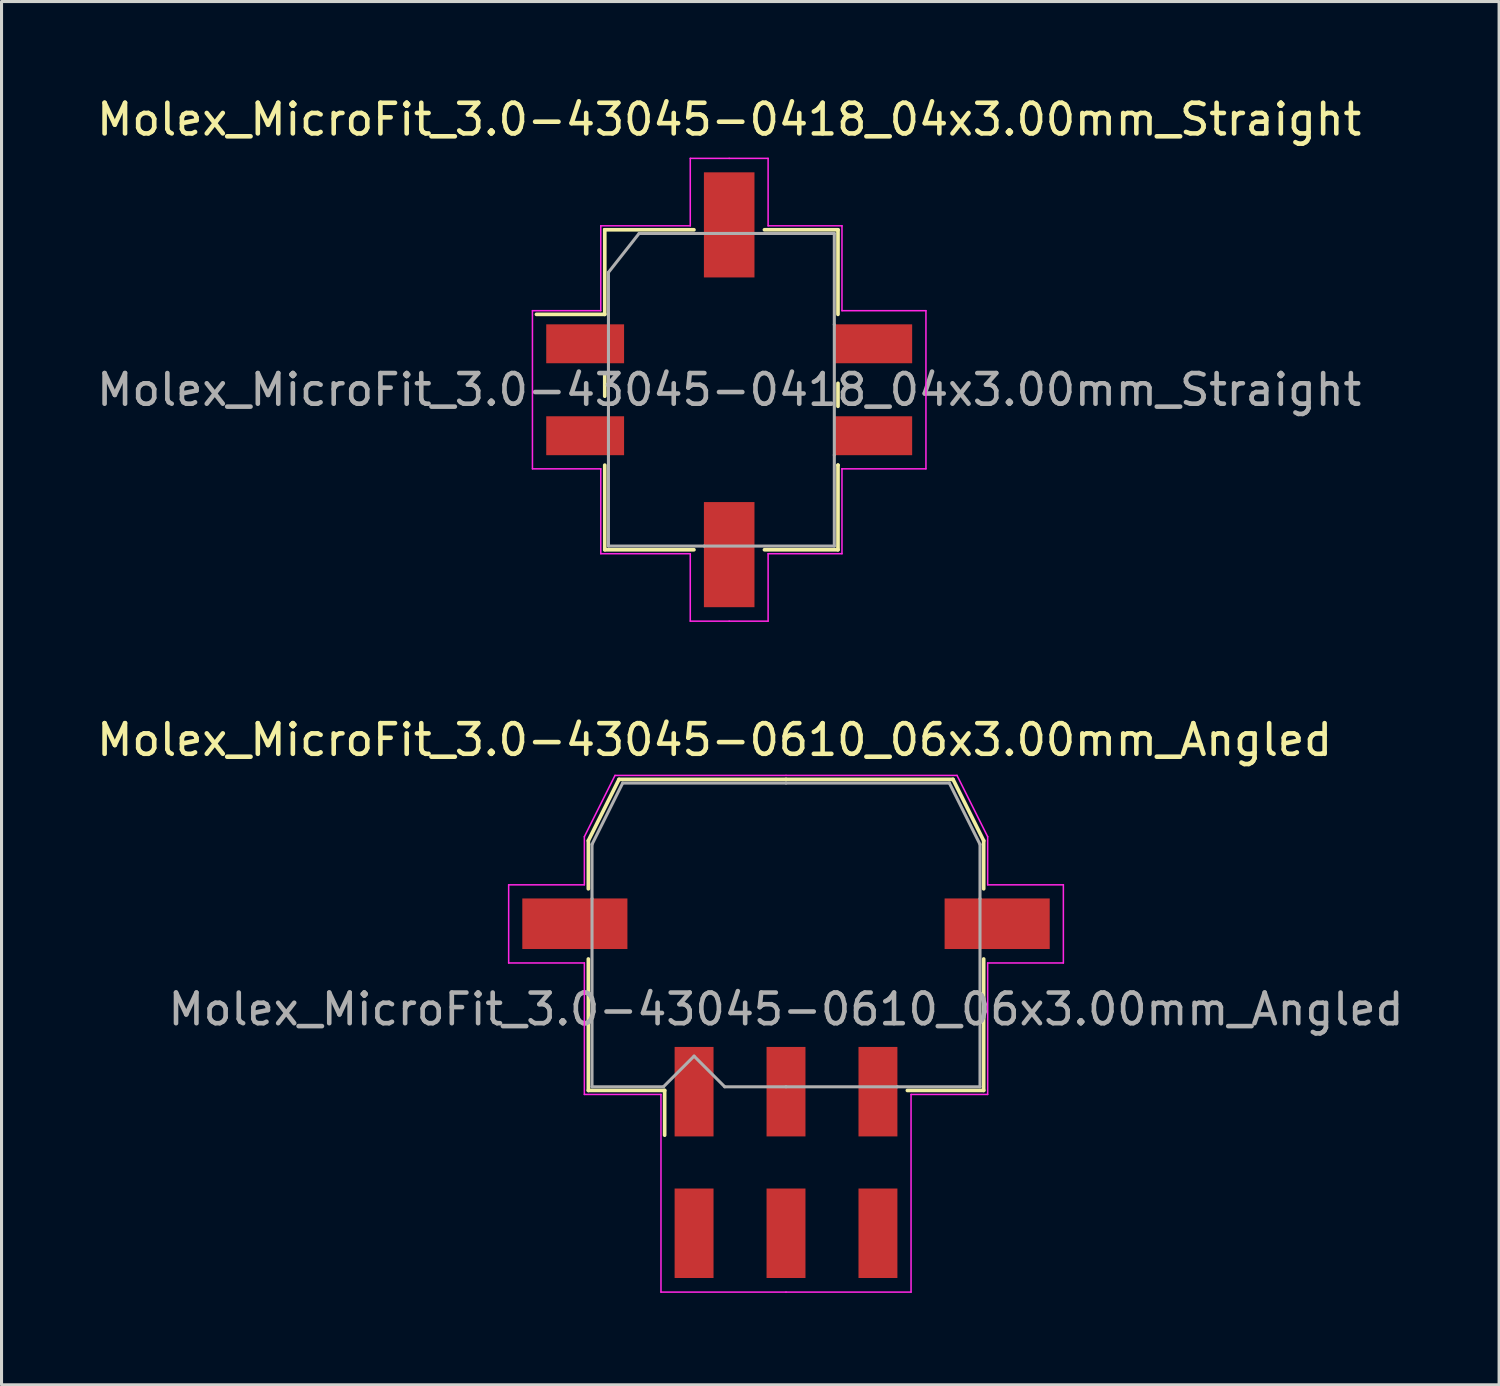
<source format=kicad_pcb>
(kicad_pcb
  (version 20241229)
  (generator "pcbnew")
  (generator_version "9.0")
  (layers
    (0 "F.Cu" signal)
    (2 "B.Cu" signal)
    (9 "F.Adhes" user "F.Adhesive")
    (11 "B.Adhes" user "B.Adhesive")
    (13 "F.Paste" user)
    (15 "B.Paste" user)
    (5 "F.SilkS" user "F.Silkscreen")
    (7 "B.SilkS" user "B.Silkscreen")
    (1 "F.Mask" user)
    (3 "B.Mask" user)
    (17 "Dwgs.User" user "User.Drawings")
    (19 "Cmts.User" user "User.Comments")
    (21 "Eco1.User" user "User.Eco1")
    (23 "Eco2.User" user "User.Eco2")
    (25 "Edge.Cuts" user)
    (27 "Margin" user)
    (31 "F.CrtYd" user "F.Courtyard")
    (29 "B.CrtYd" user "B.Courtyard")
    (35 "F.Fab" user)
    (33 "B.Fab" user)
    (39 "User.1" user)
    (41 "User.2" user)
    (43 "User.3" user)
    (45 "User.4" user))
  (footprint "Molex_MicroFit_3.0-43045-0610_06x3.00mm_Angled"
    (layer "F.Cu")
    (at 22.598 34.882)
    (property "Reference" "Molex_MicroFit_3.0-43045-0610_06x3.00mm_Angled" (at -2.33 -13.79 0) (layer "F.SilkS") (effects (font (size 1 1) (thickness 0.15))))
    (attr smd)
    (fp_line (start -6.45 -10.5) (end -6.45 -8.93) (stroke (width 0.12) (type solid)) (layer "F.SilkS"))
    (fp_line (start -6.45 -6.64) (end -6.45 -2.35) (stroke (width 0.12) (type solid)) (layer "F.SilkS"))
    (fp_line (start -6.45 -2.35) (end -3.96 -2.35) (stroke (width 0.12) (type solid)) (layer "F.SilkS"))
    (fp_line (start -5.45 -12.5) (end -6.45 -10.5) (stroke (width 0.12) (type solid)) (layer "F.SilkS"))
    (fp_line (start -3.96 -2.35) (end -3.96 -0.89) (stroke (width 0.12) (type solid)) (layer "F.SilkS"))
    (fp_line (start 0 -12.5) (end -5.45 -12.5) (stroke (width 0.12) (type solid)) (layer "F.SilkS"))
    (fp_line (start 0 -12.5) (end 5.45 -12.5) (stroke (width 0.12) (type solid)) (layer "F.SilkS"))
    (fp_line (start 5.45 -12.5) (end 6.45 -10.5) (stroke (width 0.12) (type solid)) (layer "F.SilkS"))
    (fp_line (start 6.45 -10.5) (end 6.45 -8.93) (stroke (width 0.12) (type solid)) (layer "F.SilkS"))
    (fp_line (start 6.45 -6.64) (end 6.45 -2.35) (stroke (width 0.12) (type solid)) (layer "F.SilkS"))
    (fp_line (start 6.45 -2.35) (end 3.96 -2.35) (stroke (width 0.12) (type solid)) (layer "F.SilkS"))
    (fp_line (start -9.05 -9.06) (end -9.05 -6.51) (stroke (width 0.05) (type solid)) (layer "F.CrtYd"))
    (fp_line (start -9.05 -6.51) (end -6.58 -6.51) (stroke (width 0.05) (type solid)) (layer "F.CrtYd"))
    (fp_line (start -6.58 -10.63) (end -6.58 -9.06) (stroke (width 0.05) (type solid)) (layer "F.CrtYd"))
    (fp_line (start -6.58 -9.06) (end -9.05 -9.06) (stroke (width 0.05) (type solid)) (layer "F.CrtYd"))
    (fp_line (start -6.58 -6.51) (end -6.58 -2.22) (stroke (width 0.05) (type solid)) (layer "F.CrtYd"))
    (fp_line (start -6.58 -2.22) (end -4.08 -2.22) (stroke (width 0.05) (type solid)) (layer "F.CrtYd"))
    (fp_line (start -5.58 -12.63) (end -6.58 -10.63) (stroke (width 0.05) (type solid)) (layer "F.CrtYd"))
    (fp_line (start -4.08 -2.22) (end -4.08 4.23) (stroke (width 0.05) (type solid)) (layer "F.CrtYd"))
    (fp_line (start -4.08 4.23) (end 0 4.23) (stroke (width 0.05) (type solid)) (layer "F.CrtYd"))
    (fp_line (start 0 -12.63) (end -5.58 -12.63) (stroke (width 0.05) (type solid)) (layer "F.CrtYd"))
    (fp_line (start 0 -12.63) (end 5.58 -12.63) (stroke (width 0.05) (type solid)) (layer "F.CrtYd"))
    (fp_line (start 4.08 -2.22) (end 4.08 4.23) (stroke (width 0.05) (type solid)) (layer "F.CrtYd"))
    (fp_line (start 4.08 4.23) (end 0 4.23) (stroke (width 0.05) (type solid)) (layer "F.CrtYd"))
    (fp_line (start 5.58 -12.63) (end 6.58 -10.63) (stroke (width 0.05) (type solid)) (layer "F.CrtYd"))
    (fp_line (start 6.58 -10.63) (end 6.58 -9.06) (stroke (width 0.05) (type solid)) (layer "F.CrtYd"))
    (fp_line (start 6.58 -9.06) (end 9.05 -9.06) (stroke (width 0.05) (type solid)) (layer "F.CrtYd"))
    (fp_line (start 6.58 -6.51) (end 6.58 -2.22) (stroke (width 0.05) (type solid)) (layer "F.CrtYd"))
    (fp_line (start 6.58 -2.22) (end 4.08 -2.22) (stroke (width 0.05) (type solid)) (layer "F.CrtYd"))
    (fp_line (start 9.05 -9.06) (end 9.05 -6.51) (stroke (width 0.05) (type solid)) (layer "F.CrtYd"))
    (fp_line (start 9.05 -6.51) (end 6.58 -6.51) (stroke (width 0.05) (type solid)) (layer "F.CrtYd"))
    (fp_line (start -6.33 -10.38) (end -6.33 -8.61) (stroke (width 0.1) (type solid)) (layer "F.Fab"))
    (fp_line (start -6.33 -8.61) (end -6.33 -2.47) (stroke (width 0.1) (type solid)) (layer "F.Fab"))
    (fp_line (start -6.33 -2.47) (end -4 -2.47) (stroke (width 0.1) (type solid)) (layer "F.Fab"))
    (fp_line (start -5.33 -12.38) (end -6.33 -10.38) (stroke (width 0.1) (type solid)) (layer "F.Fab"))
    (fp_line (start -4 -2.47) (end -3 -3.47) (stroke (width 0.1) (type solid)) (layer "F.Fab"))
    (fp_line (start -3 -3.47) (end -2 -2.47) (stroke (width 0.1) (type solid)) (layer "F.Fab"))
    (fp_line (start -2 -2.47) (end 0 -2.47) (stroke (width 0.1) (type solid)) (layer "F.Fab"))
    (fp_line (start 0 -12.38) (end -5.33 -12.38) (stroke (width 0.1) (type solid)) (layer "F.Fab"))
    (fp_line (start 0 -12.38) (end 5.33 -12.38) (stroke (width 0.1) (type solid)) (layer "F.Fab"))
    (fp_line (start 3.63 -2.47) (end 0 -2.47) (stroke (width 0.1) (type solid)) (layer "F.Fab"))
    (fp_line (start 5.33 -12.38) (end 6.33 -10.38) (stroke (width 0.1) (type solid)) (layer "F.Fab"))
    (fp_line (start 6.33 -10.38) (end 6.33 -8.61) (stroke (width 0.1) (type solid)) (layer "F.Fab"))
    (fp_line (start 6.33 -8.61) (end 6.33 -2.47) (stroke (width 0.1) (type solid)) (layer "F.Fab"))
    (fp_line (start 6.33 -2.47) (end 3.63 -2.47) (stroke (width 0.1) (type solid)) (layer "F.Fab"))
    (fp_text user "${REFERENCE}" (at 0 -5 0) (layer "F.Fab") (effects (font (size 1 1) (thickness 0.15))))
    (pad "" smd rect (at -6.89 -7.79) (size 3.43 1.65) (layers "F.Cu" "F.Mask" "F.Paste"))
    (pad "" smd rect (at 6.89 -7.79) (size 3.43 1.65) (layers "F.Cu" "F.Mask" "F.Paste"))
    (pad "1" smd rect (at -3 -2.31) (size 1.27 2.92) (layers "F.Cu" "F.Mask" "F.Paste"))
    (pad "2" smd rect (at 0 -2.31) (size 1.27 2.92) (layers "F.Cu" "F.Mask" "F.Paste"))
    (pad "3" smd rect (at 3 -2.31) (size 1.27 2.92) (layers "F.Cu" "F.Mask" "F.Paste"))
    (pad "4" smd rect (at 3 2.31) (size 1.27 2.92) (layers "F.Cu" "F.Mask" "F.Paste"))
    (pad "5" smd rect (at 0 2.31) (size 1.27 2.92) (layers "F.Cu" "F.Mask" "F.Paste"))
    (pad "6" smd rect (at -3 2.31) (size 1.27 2.92) (layers "F.Cu" "F.Mask" "F.Paste")))
  (footprint "Molex_MicroFit_3.0-43045-0418_04x3.00mm_Straight"
    (layer "F.Cu")
    (at 20.744 9.668)
    (property "Reference" "Molex_MicroFit_3.0-43045-0418_04x3.00mm_Straight" (at 0 -8.82 0) (layer "F.SilkS") (effects (font (size 1 1) (thickness 0.15))))
    (attr smd)
    (fp_line (start -6.29 -2.46) (end -4.06 -2.46) (stroke (width 0.12) (type solid)) (layer "F.SilkS"))
    (fp_line (start -4.06 -5.22) (end -4.06 -5.22) (stroke (width 0.12) (type solid)) (layer "F.SilkS"))
    (fp_line (start -4.06 -5.22) (end -1.15 -5.22) (stroke (width 0.12) (type solid)) (layer "F.SilkS"))
    (fp_line (start -4.06 -2.46) (end -4.06 -5.22) (stroke (width 0.12) (type solid)) (layer "F.SilkS"))
    (fp_line (start -4.06 -0.54) (end -4.06 0.21) (stroke (width 0.12) (type solid)) (layer "F.SilkS"))
    (fp_line (start -4.06 5.22) (end -4.06 2.46) (stroke (width 0.12) (type solid)) (layer "F.SilkS"))
    (fp_line (start -1.15 5.22) (end -4.06 5.22) (stroke (width 0.12) (type solid)) (layer "F.SilkS"))
    (fp_line (start 1.15 -5.22) (end 3.55 -5.22) (stroke (width 0.12) (type solid)) (layer "F.SilkS"))
    (fp_line (start 3.55 -5.22) (end 3.55 -2.46) (stroke (width 0.12) (type solid)) (layer "F.SilkS"))
    (fp_line (start 3.55 0.54) (end 3.55 -0.21) (stroke (width 0.12) (type solid)) (layer "F.SilkS"))
    (fp_line (start 3.55 2.46) (end 3.55 2.46) (stroke (width 0.12) (type solid)) (layer "F.SilkS"))
    (fp_line (start 3.55 2.46) (end 3.55 5.22) (stroke (width 0.12) (type solid)) (layer "F.SilkS"))
    (fp_line (start 3.55 5.22) (end 1.15 5.22) (stroke (width 0.12) (type solid)) (layer "F.SilkS"))
    (fp_line (start -6.42 -2.58) (end -4.19 -2.58) (stroke (width 0.05) (type solid)) (layer "F.CrtYd"))
    (fp_line (start -6.42 2.58) (end -6.42 -2.58) (stroke (width 0.05) (type solid)) (layer "F.CrtYd"))
    (fp_line (start -4.19 -5.35) (end -4.19 -5.35) (stroke (width 0.05) (type solid)) (layer "F.CrtYd"))
    (fp_line (start -4.19 -5.35) (end -1.27 -5.35) (stroke (width 0.05) (type solid)) (layer "F.CrtYd"))
    (fp_line (start -4.19 -2.58) (end -4.19 -5.35) (stroke (width 0.05) (type solid)) (layer "F.CrtYd"))
    (fp_line (start -4.19 2.58) (end -6.42 2.58) (stroke (width 0.05) (type solid)) (layer "F.CrtYd"))
    (fp_line (start -4.19 5.35) (end -4.19 2.58) (stroke (width 0.05) (type solid)) (layer "F.CrtYd"))
    (fp_line (start -1.27 -7.55) (end 0 -7.55) (stroke (width 0.05) (type solid)) (layer "F.CrtYd"))
    (fp_line (start -1.27 -5.35) (end -1.27 -7.55) (stroke (width 0.05) (type solid)) (layer "F.CrtYd"))
    (fp_line (start -1.27 5.35) (end -4.19 5.35) (stroke (width 0.05) (type solid)) (layer "F.CrtYd"))
    (fp_line (start -1.27 7.55) (end -1.27 5.35) (stroke (width 0.05) (type solid)) (layer "F.CrtYd"))
    (fp_line (start 0 -7.55) (end 1.27 -7.55) (stroke (width 0.05) (type solid)) (layer "F.CrtYd"))
    (fp_line (start 0 7.55) (end -1.27 7.55) (stroke (width 0.05) (type solid)) (layer "F.CrtYd"))
    (fp_line (start 1.27 -7.55) (end 1.27 -5.35) (stroke (width 0.05) (type solid)) (layer "F.CrtYd"))
    (fp_line (start 1.27 -5.35) (end 3.68 -5.35) (stroke (width 0.05) (type solid)) (layer "F.CrtYd"))
    (fp_line (start 1.27 5.35) (end 1.27 7.55) (stroke (width 0.05) (type solid)) (layer "F.CrtYd"))
    (fp_line (start 1.27 7.55) (end 0 7.55) (stroke (width 0.05) (type solid)) (layer "F.CrtYd"))
    (fp_line (start 3.68 -5.35) (end 3.68 -2.58) (stroke (width 0.05) (type solid)) (layer "F.CrtYd"))
    (fp_line (start 3.68 -2.58) (end 6.42 -2.58) (stroke (width 0.05) (type solid)) (layer "F.CrtYd"))
    (fp_line (start 3.68 2.58) (end 3.68 2.58) (stroke (width 0.05) (type solid)) (layer "F.CrtYd"))
    (fp_line (start 3.68 2.58) (end 3.68 5.35) (stroke (width 0.05) (type solid)) (layer "F.CrtYd"))
    (fp_line (start 3.68 5.35) (end 1.27 5.35) (stroke (width 0.05) (type solid)) (layer "F.CrtYd"))
    (fp_line (start 6.42 -2.58) (end 6.42 2.58) (stroke (width 0.05) (type solid)) (layer "F.CrtYd"))
    (fp_line (start 6.42 2.58) (end 3.68 2.58) (stroke (width 0.05) (type solid)) (layer "F.CrtYd"))
    (fp_line (start -3.94 -3.83) (end -2.94 -5.1) (stroke (width 0.1) (type solid)) (layer "F.Fab"))
    (fp_line (start -3.94 2.13) (end -3.94 -3.83) (stroke (width 0.1) (type solid)) (layer "F.Fab"))
    (fp_line (start -3.94 5.1) (end -3.94 2.13) (stroke (width 0.1) (type solid)) (layer "F.Fab"))
    (fp_line (start -2.94 -5.1) (end 0 -5.1) (stroke (width 0.1) (type solid)) (layer "F.Fab"))
    (fp_line (start -0.82 5.1) (end -3.94 5.1) (stroke (width 0.1) (type solid)) (layer "F.Fab"))
    (fp_line (start 0 -5.1) (end 3.43 -5.1) (stroke (width 0.1) (type solid)) (layer "F.Fab"))
    (fp_line (start 3.43 -5.1) (end 3.43 -2.13) (stroke (width 0.1) (type solid)) (layer "F.Fab"))
    (fp_line (start 3.43 -2.13) (end 3.43 2.13) (stroke (width 0.1) (type solid)) (layer "F.Fab"))
    (fp_line (start 3.43 2.13) (end 3.43 5.1) (stroke (width 0.1) (type solid)) (layer "F.Fab"))
    (fp_line (start 3.43 5.1) (end -0.82 5.1) (stroke (width 0.1) (type solid)) (layer "F.Fab"))
    (fp_text user "${REFERENCE}" (at 0 0 0) (layer "F.Fab") (effects (font (size 1 1) (thickness 0.15))))
    (pad "" smd rect (at 0 -5.38) (size 1.65 3.43) (layers "F.Cu" "F.Mask" "F.Paste"))
    (pad "" smd rect (at 0 5.38) (size 1.65 3.43) (layers "F.Cu" "F.Mask" "F.Paste"))
    (pad "1" smd rect (at -4.7 -1.5) (size 2.54 1.27) (layers "F.Cu" "F.Mask" "F.Paste"))
    (pad "2" smd rect (at -4.7 1.5) (size 2.54 1.27) (layers "F.Cu" "F.Mask" "F.Paste"))
    (pad "3" smd rect (at 4.7 1.5) (size 2.54 1.27) (layers "F.Cu" "F.Mask" "F.Paste"))
    (pad "4" smd rect (at 4.7 -1.5) (size 2.54 1.27) (layers "F.Cu" "F.Mask" "F.Paste")))
  (gr_rect
    (start -3 -3)
    (end 45.866 42.136)
    (stroke (width 0.1) (type default))
    (fill no)
    (layer "Edge.Cuts")))
</source>
